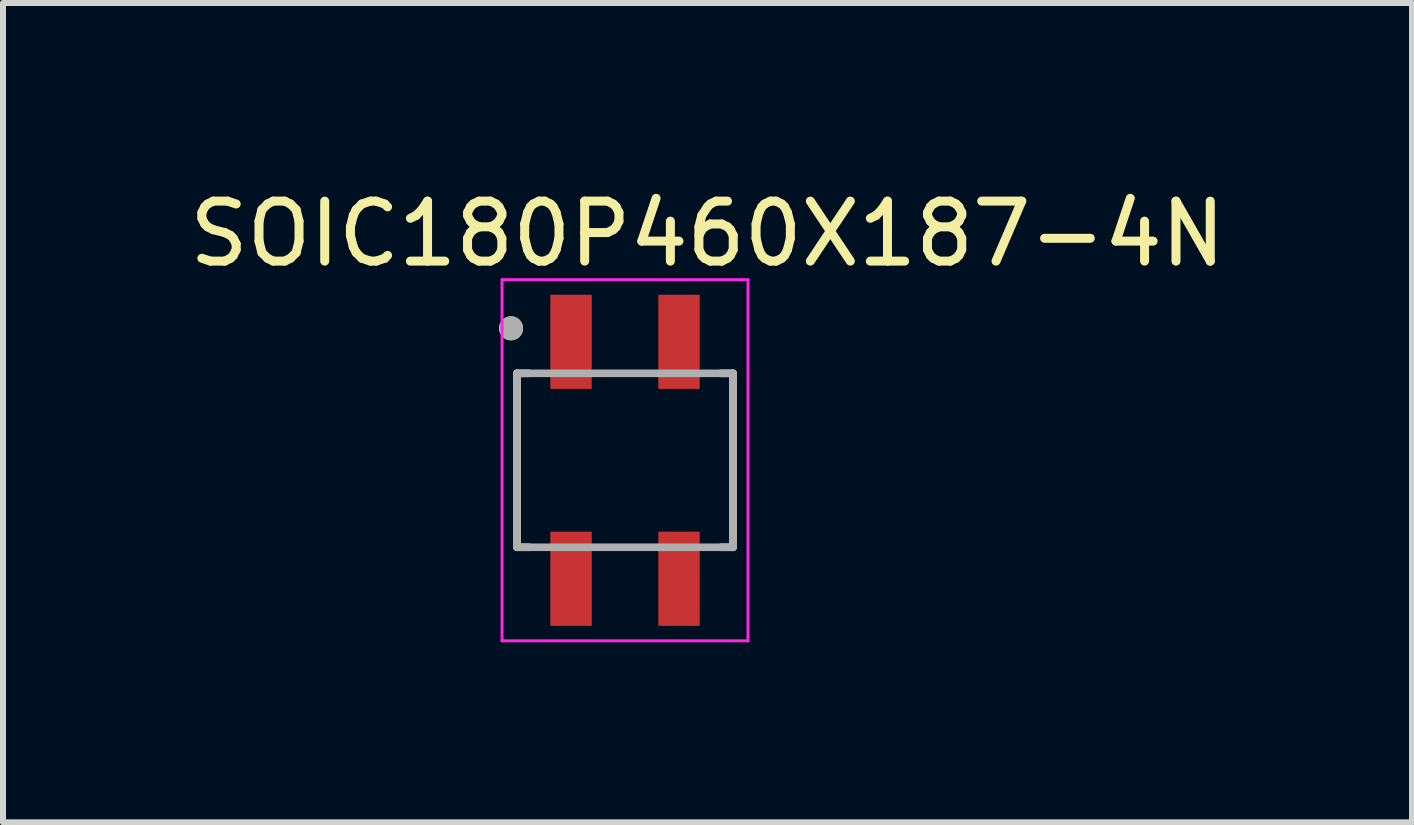
<source format=kicad_pcb>
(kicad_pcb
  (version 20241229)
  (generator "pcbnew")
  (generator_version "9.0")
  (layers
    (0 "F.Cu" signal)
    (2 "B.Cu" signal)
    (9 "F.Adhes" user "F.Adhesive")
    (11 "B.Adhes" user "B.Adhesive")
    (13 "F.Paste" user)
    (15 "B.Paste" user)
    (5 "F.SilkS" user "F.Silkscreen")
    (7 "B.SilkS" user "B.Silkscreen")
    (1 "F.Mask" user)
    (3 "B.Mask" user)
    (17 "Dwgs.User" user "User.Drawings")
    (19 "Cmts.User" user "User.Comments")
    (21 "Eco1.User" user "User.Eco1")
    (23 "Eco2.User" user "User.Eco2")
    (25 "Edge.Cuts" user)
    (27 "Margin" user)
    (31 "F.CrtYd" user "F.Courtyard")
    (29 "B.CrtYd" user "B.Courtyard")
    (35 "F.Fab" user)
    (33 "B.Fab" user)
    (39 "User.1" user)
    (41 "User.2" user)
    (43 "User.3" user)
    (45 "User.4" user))
  (footprint "SOIC180P460X187-4N"
    (layer "F.Cu")
    (at 7.369 4.623)
    (property "Reference" "SOIC180P460X187-4N" (at 1.375 -3.775 0) (layer "F.SilkS") (effects (font (size 1 1) (thickness 0.15))))
    (attr smd)
    (fp_line (start -1.8 -1.45) (end -1.8 1.45) (stroke (width 0.127) (type solid)) (layer "F.SilkS"))
    (fp_line (start -1.8 -1.45) (end -1.6 -1.45) (stroke (width 0.127) (type solid)) (layer "F.SilkS"))
    (fp_line (start -1.8 1.45) (end -1.6 1.45) (stroke (width 0.127) (type solid)) (layer "F.SilkS"))
    (fp_line (start 1.8 -1.45) (end 1.6 -1.45) (stroke (width 0.127) (type solid)) (layer "F.SilkS"))
    (fp_line (start 1.8 -1.45) (end 1.8 1.45) (stroke (width 0.127) (type solid)) (layer "F.SilkS"))
    (fp_line (start 1.8 1.45) (end 1.6 1.45) (stroke (width 0.127) (type solid)) (layer "F.SilkS"))
    (fp_circle (center -1.9 -2.2) (end -1.8 -2.2) (stroke (width 0.2) (type solid)) (fill no) (layer "F.SilkS"))
    (fp_line (start -2.05 -3.01) (end 2.05 -3.01) (stroke (width 0.05) (type solid)) (layer "F.CrtYd"))
    (fp_line (start -2.05 3.01) (end -2.05 -3.01) (stroke (width 0.05) (type solid)) (layer "F.CrtYd"))
    (fp_line (start 2.05 -3.01) (end 2.05 3.01) (stroke (width 0.05) (type solid)) (layer "F.CrtYd"))
    (fp_line (start 2.05 3.01) (end -2.05 3.01) (stroke (width 0.05) (type solid)) (layer "F.CrtYd"))
    (fp_line (start -1.8 -1.45) (end -1.8 1.45) (stroke (width 0.127) (type solid)) (layer "F.Fab"))
    (fp_line (start 1.8 -1.45) (end -1.8 -1.45) (stroke (width 0.127) (type solid)) (layer "F.Fab"))
    (fp_line (start 1.8 -1.45) (end 1.8 1.45) (stroke (width 0.127) (type solid)) (layer "F.Fab"))
    (fp_line (start 1.8 1.45) (end -1.8 1.45) (stroke (width 0.127) (type solid)) (layer "F.Fab"))
    (fp_circle (center -1.9 -2.2) (end -1.8 -2.2) (stroke (width 0.2) (type solid)) (fill no) (layer "F.Fab"))
    (pad "1" smd rect (at -0.9 -1.975) (size 0.69 1.57) (layers "F.Cu" "F.Mask" "F.Paste"))
    (pad "2" smd rect (at -0.9 1.975) (size 0.69 1.57) (layers "F.Cu" "F.Mask" "F.Paste"))
    (pad "3" smd rect (at 0.9 1.975) (size 0.69 1.57) (layers "F.Cu" "F.Mask" "F.Paste"))
    (pad "4" smd rect (at 0.9 -1.975) (size 0.69 1.57) (layers "F.Cu" "F.Mask" "F.Paste")))
  (gr_rect
    (start -3 -3)
    (end 20.488 10.658)
    (stroke (width 0.1) (type default))
    (fill no)
    (layer "Edge.Cuts")))
</source>
